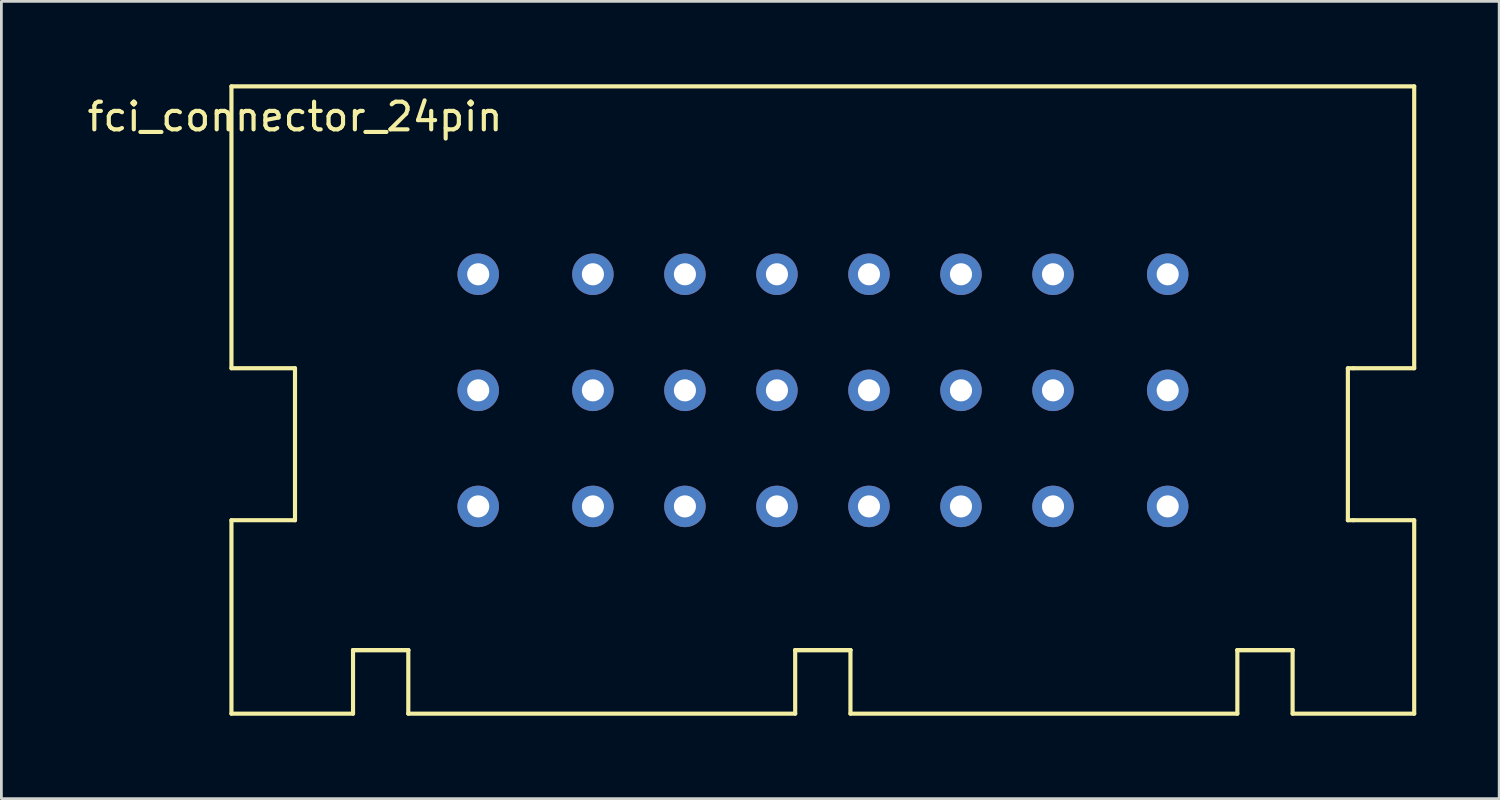
<source format=kicad_pcb>
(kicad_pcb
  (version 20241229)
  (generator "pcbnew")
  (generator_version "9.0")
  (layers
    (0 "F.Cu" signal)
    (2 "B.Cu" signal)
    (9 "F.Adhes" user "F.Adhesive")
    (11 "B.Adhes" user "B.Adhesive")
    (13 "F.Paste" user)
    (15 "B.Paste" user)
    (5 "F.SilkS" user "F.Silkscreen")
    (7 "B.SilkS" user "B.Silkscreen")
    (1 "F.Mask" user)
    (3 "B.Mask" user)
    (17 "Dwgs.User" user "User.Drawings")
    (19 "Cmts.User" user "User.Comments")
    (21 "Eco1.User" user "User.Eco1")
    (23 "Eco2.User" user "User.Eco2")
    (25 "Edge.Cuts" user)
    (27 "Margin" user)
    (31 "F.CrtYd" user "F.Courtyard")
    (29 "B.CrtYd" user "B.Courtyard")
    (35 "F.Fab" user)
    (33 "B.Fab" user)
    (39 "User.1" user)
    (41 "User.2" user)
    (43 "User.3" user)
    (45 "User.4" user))
  (footprint "fci_connector_24pin"
    (layer "F.Cu")
    (at 26.725 11.075)
    (property "Reference" "fci_connector_24pin" (at -19.1 -9.9 0) (layer "F.SilkS") (effects (font (size 1 1) (thickness 0.15))))
    (attr through_hole)
    (fp_line (start -21.4 -11) (end 21.4 -11) (stroke (width 0.15) (type solid)) (layer "F.SilkS"))
    (fp_line (start -21.4 -0.8) (end -21.4 -11) (stroke (width 0.15) (type solid)) (layer "F.SilkS"))
    (fp_line (start -21.4 4.7) (end -19.1 4.7) (stroke (width 0.15) (type solid)) (layer "F.SilkS"))
    (fp_line (start -21.4 11.7) (end -21.4 4.7) (stroke (width 0.15) (type solid)) (layer "F.SilkS"))
    (fp_line (start -21.4 11.7) (end -17 11.7) (stroke (width 0.15) (type solid)) (layer "F.SilkS"))
    (fp_line (start -19.1 -0.8) (end -21.4 -0.8) (stroke (width 0.15) (type solid)) (layer "F.SilkS"))
    (fp_line (start -19.1 4.7) (end -19.1 -0.8) (stroke (width 0.15) (type solid)) (layer "F.SilkS"))
    (fp_line (start -17 9.4) (end -17 11.7) (stroke (width 0.15) (type solid)) (layer "F.SilkS"))
    (fp_line (start -15 9.4) (end -17 9.4) (stroke (width 0.15) (type solid)) (layer "F.SilkS"))
    (fp_line (start -15 9.4) (end -17 9.4) (stroke (width 0.15) (type solid)) (layer "F.SilkS"))
    (fp_line (start -15 11.7) (end -15 9.4) (stroke (width 0.15) (type solid)) (layer "F.SilkS"))
    (fp_line (start -15 11.7) (end -1 11.7) (stroke (width 0.15) (type solid)) (layer "F.SilkS"))
    (fp_line (start -1 9.4) (end -1 11.7) (stroke (width 0.15) (type solid)) (layer "F.SilkS"))
    (fp_line (start 1 9.4) (end -1 9.4) (stroke (width 0.15) (type solid)) (layer "F.SilkS"))
    (fp_line (start 1 9.4) (end -1 9.4) (stroke (width 0.15) (type solid)) (layer "F.SilkS"))
    (fp_line (start 1 11.7) (end 1 9.4) (stroke (width 0.15) (type solid)) (layer "F.SilkS"))
    (fp_line (start 1 11.7) (end 15 11.7) (stroke (width 0.15) (type solid)) (layer "F.SilkS"))
    (fp_line (start 15 9.4) (end 15 11.7) (stroke (width 0.15) (type solid)) (layer "F.SilkS"))
    (fp_line (start 17 9.4) (end 15 9.4) (stroke (width 0.15) (type solid)) (layer "F.SilkS"))
    (fp_line (start 17 9.4) (end 15 9.4) (stroke (width 0.15) (type solid)) (layer "F.SilkS"))
    (fp_line (start 17 11.7) (end 17 9.4) (stroke (width 0.15) (type solid)) (layer "F.SilkS"))
    (fp_line (start 17 11.7) (end 21.4 11.7) (stroke (width 0.15) (type solid)) (layer "F.SilkS"))
    (fp_line (start 19 -0.8) (end 19 4.7) (stroke (width 0.15) (type solid)) (layer "F.SilkS"))
    (fp_line (start 19 4.7) (end 19.2 4.7) (stroke (width 0.15) (type solid)) (layer "F.SilkS"))
    (fp_line (start 19.2 -0.8) (end 19 -0.8) (stroke (width 0.15) (type solid)) (layer "F.SilkS"))
    (fp_line (start 19.2 -0.8) (end 21.4 -0.8) (stroke (width 0.15) (type solid)) (layer "F.SilkS"))
    (fp_line (start 19.2 4.7) (end 21.4 4.7) (stroke (width 0.15) (type solid)) (layer "F.SilkS"))
    (fp_line (start 21.4 -0.8) (end 21.4 -11) (stroke (width 0.15) (type solid)) (layer "F.SilkS"))
    (fp_line (start 21.4 11.7) (end 21.4 4.7) (stroke (width 0.15) (type solid)) (layer "F.SilkS"))
    (pad "1" thru_hole circle (at -12.47 -4.2) (size 1.5 1.5) (drill 0.8) (layers "*.Cu" "*.Mask"))
    (pad "2" thru_hole circle (at -8.32 -4.2) (size 1.5 1.5) (drill 0.8) (layers "*.Cu" "*.Mask"))
    (pad "3" thru_hole circle (at -4.99 -4.2) (size 1.5 1.5) (drill 0.8) (layers "*.Cu" "*.Mask"))
    (pad "4" thru_hole circle (at -1.66 -4.2) (size 1.5 1.5) (drill 0.8) (layers "*.Cu" "*.Mask"))
    (pad "5" thru_hole circle (at 1.67 -4.2) (size 1.5 1.5) (drill 0.8) (layers "*.Cu" "*.Mask"))
    (pad "6" thru_hole circle (at 5 -4.2) (size 1.5 1.5) (drill 0.8) (layers "*.Cu" "*.Mask"))
    (pad "7" thru_hole circle (at 8.33 -4.2) (size 1.5 1.5) (drill 0.8) (layers "*.Cu" "*.Mask"))
    (pad "8" thru_hole circle (at 12.48 -4.2) (size 1.5 1.5) (drill 0.8) (layers "*.Cu" "*.Mask"))
    (pad "9" thru_hole circle (at -12.47 0) (size 1.5 1.5) (drill 0.8) (layers "*.Cu" "*.Mask"))
    (pad "10" thru_hole circle (at -8.32 0) (size 1.5 1.5) (drill 0.8) (layers "*.Cu" "*.Mask"))
    (pad "11" thru_hole circle (at -4.99 0) (size 1.5 1.5) (drill 0.8) (layers "*.Cu" "*.Mask"))
    (pad "12" thru_hole circle (at -1.66 0) (size 1.5 1.5) (drill 0.8) (layers "*.Cu" "*.Mask"))
    (pad "13" thru_hole circle (at 1.67 0) (size 1.5 1.5) (drill 0.8) (layers "*.Cu" "*.Mask"))
    (pad "14" thru_hole circle (at 5 0) (size 1.5 1.5) (drill 0.8) (layers "*.Cu" "*.Mask"))
    (pad "15" thru_hole circle (at 8.33 0) (size 1.5 1.5) (drill 0.8) (layers "*.Cu" "*.Mask"))
    (pad "16" thru_hole circle (at 12.48 0) (size 1.5 1.5) (drill 0.8) (layers "*.Cu" "*.Mask"))
    (pad "17" thru_hole circle (at -12.47 4.2) (size 1.5 1.5) (drill 0.8) (layers "*.Cu" "*.Mask"))
    (pad "18" thru_hole circle (at -8.32 4.2) (size 1.5 1.5) (drill 0.8) (layers "*.Cu" "*.Mask"))
    (pad "19" thru_hole circle (at -4.99 4.2) (size 1.5 1.5) (drill 0.8) (layers "*.Cu" "*.Mask"))
    (pad "20" thru_hole circle (at -1.66 4.2) (size 1.5 1.5) (drill 0.8) (layers "*.Cu" "*.Mask"))
    (pad "21" thru_hole circle (at 1.67 4.2) (size 1.5 1.5) (drill 0.8) (layers "*.Cu" "*.Mask"))
    (pad "22" thru_hole circle (at 5 4.2) (size 1.5 1.5) (drill 0.8) (layers "*.Cu" "*.Mask"))
    (pad "23" thru_hole circle (at 8.33 4.2) (size 1.5 1.5) (drill 0.8) (layers "*.Cu" "*.Mask"))
    (pad "24" thru_hole circle (at 12.48 4.2) (size 1.5 1.5) (drill 0.8) (layers "*.Cu" "*.Mask")))
  (gr_rect
    (start -3 -3)
    (end 51.2 25.85)
    (stroke (width 0.1) (type default))
    (fill no)
    (layer "Edge.Cuts")))
</source>
